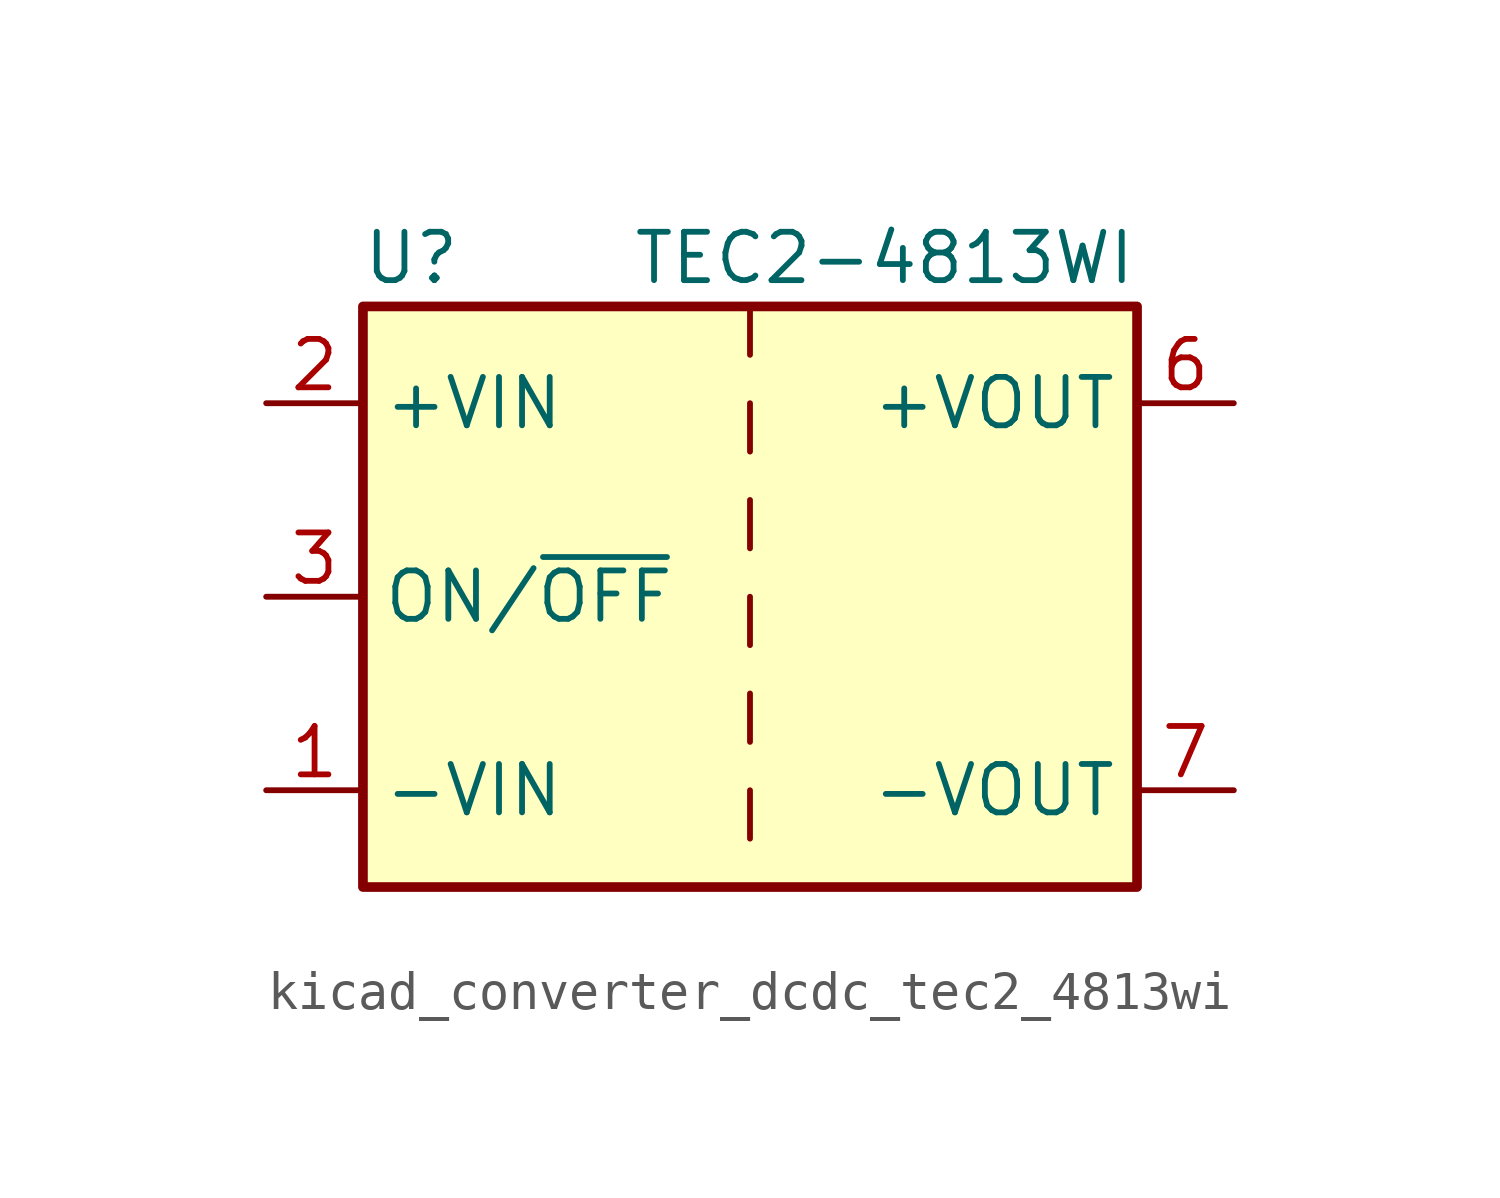
<source format=kicad_sym>
(kicad_symbol_lib
  (version 20220914)
  (generator kicad_symbol_editor)
  (symbol "kicad_converter_dcdc_tec2_4813wi"
    (property "Reference" "U"
      (at -8.89 8.89 0)
      (effects (font (size 1.27 1.27))))
    (property "Value" "TEC2-4813WI"
      (at 10.16 8.89 0)
      (effects (font (size 1.27 1.27)) (justify right)))
    (symbol "kicad_converter_dcdc_tec2_4813wi_0_1"
      (rectangle (start -10.16 7.62) (end 10.16 -7.62) (stroke (width 0.254) (type default)) (fill (type background)))
      (polyline (pts (xy 0 -5.08) (xy 0 -6.35)) (stroke (width 0) (type default)) (fill (type none)))
      (polyline (pts (xy 0 -2.54) (xy 0 -3.81)) (stroke (width 0) (type default)) (fill (type none)))
      (polyline (pts (xy 0 0) (xy 0 -1.27)) (stroke (width 0) (type default)) (fill (type none)))
      (polyline (pts (xy 0 2.54) (xy 0 1.27)) (stroke (width 0) (type default)) (fill (type none)))
      (polyline (pts (xy 0 5.08) (xy 0 3.81)) (stroke (width 0) (type default)) (fill (type none)))
      (polyline (pts (xy 0 7.62) (xy 0 6.35)) (stroke (width 0) (type default)) (fill (type none))))
    (symbol "kicad_converter_dcdc_tec2_4813wi_1_1"
      (pin power_in line (at -12.7 -5.08 0) (length 2.54) (name "-VIN" (effects (font (size 1.27 1.27)))) (number "1" (effects (font (size 1.27 1.27)))))
      (pin power_in line (at -12.7 5.08 0) (length 2.54) (name "+VIN" (effects (font (size 1.27 1.27)))) (number "2" (effects (font (size 1.27 1.27)))))
      (pin input line (at -12.7 0 0) (length 2.54) (name "ON/~{OFF}" (effects (font (size 1.27 1.27)))) (number "3" (effects (font (size 1.27 1.27)))))
      (pin no_connect line (at 10.16 2.54 180) (length 2.54) hide (name "NC" (effects (font (size 1.27 1.27)))) (number "5" (effects (font (size 1.27 1.27)))))
      (pin power_out line (at 12.7 5.08 180) (length 2.54) (name "+VOUT" (effects (font (size 1.27 1.27)))) (number "6" (effects (font (size 1.27 1.27)))))
      (pin power_out line (at 12.7 -5.08 180) (length 2.54) (name "-VOUT" (effects (font (size 1.27 1.27)))) (number "7" (effects (font (size 1.27 1.27)))))
      (pin no_connect line (at 10.16 0 180) (length 2.54) hide (name "NC" (effects (font (size 1.27 1.27)))) (number "8" (effects (font (size 1.27 1.27))))))))
</source>
